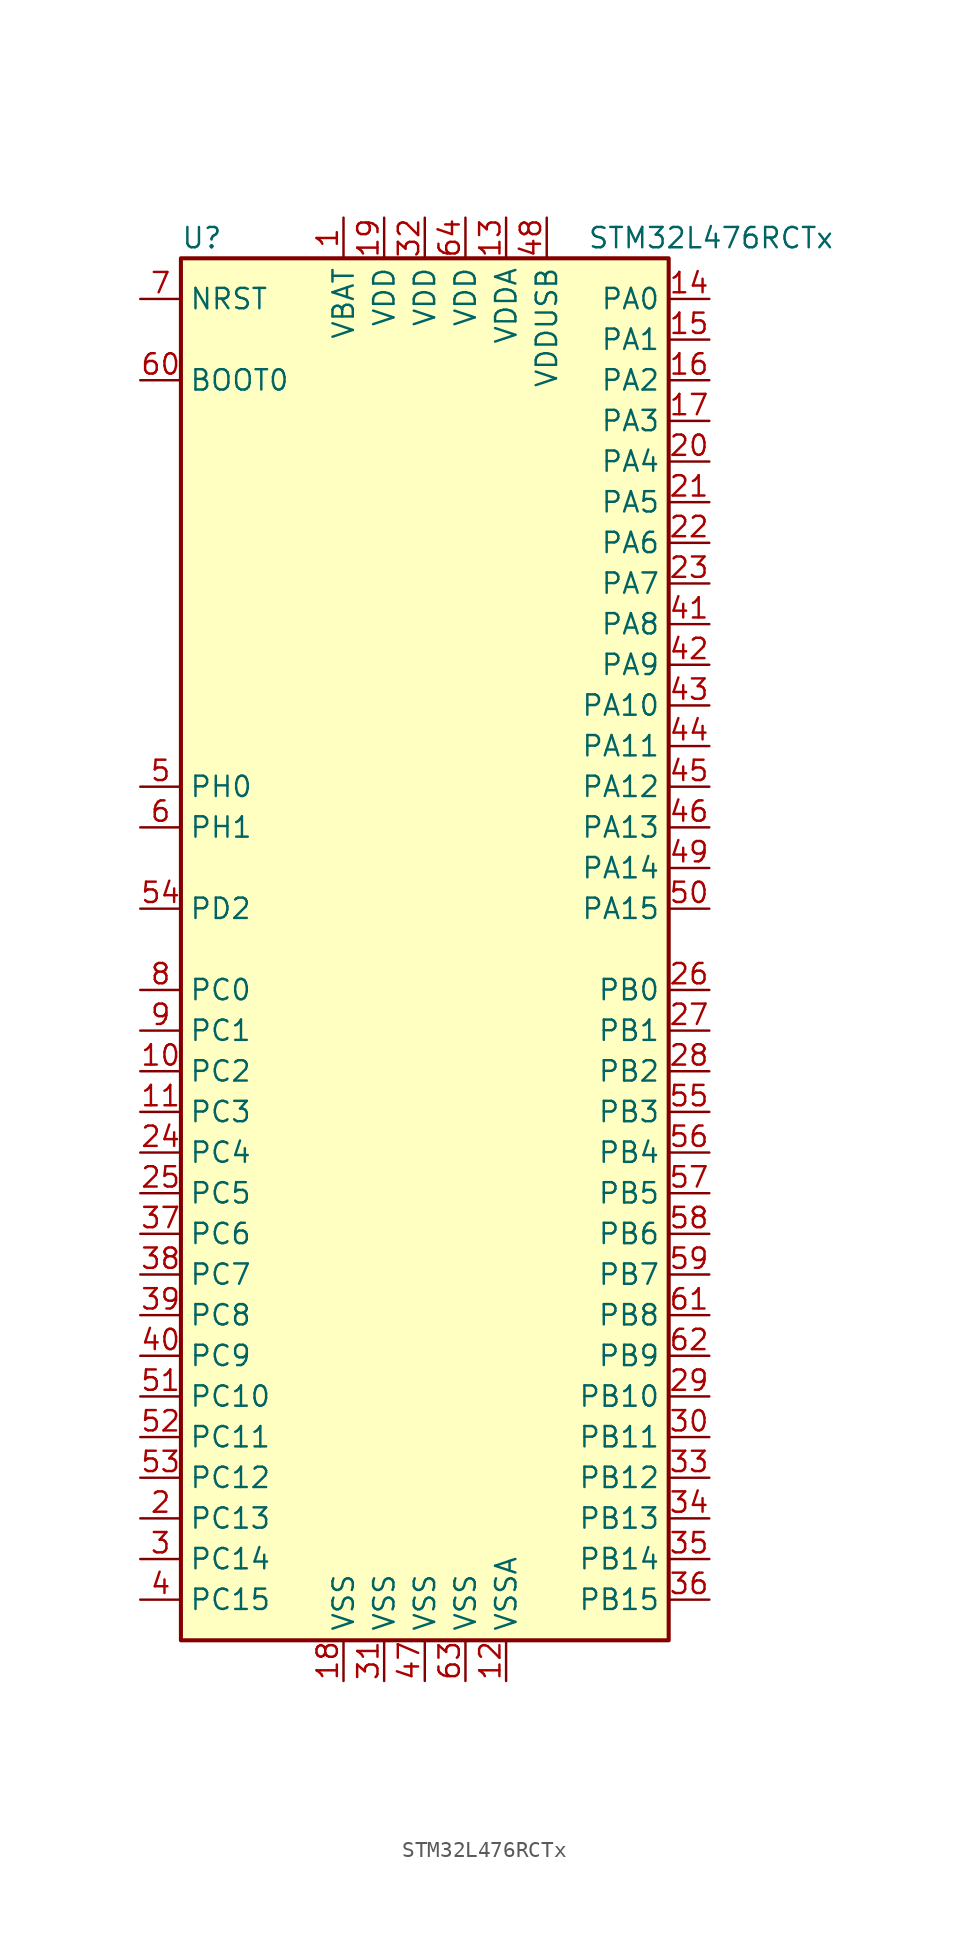
<source format=kicad_sym>
(kicad_symbol_lib
  (version 20201005)
  (generator kicad_symbol_editor)
  (symbol "STM32L476RCTx"
    (property "Reference" "U"
      (at -15.24 44.45 0)
      (effects (font (size 1.27 1.27)) (justify left)))
    (property "Value" "STM32L476RCTx"
      (at 10.16 44.45 0)
      (effects (font (size 1.27 1.27)) (justify left)))
    (symbol "STM32L476RCTx_0_1"
      (rectangle (start -15.24 -43.18) (end 15.24 43.18) (stroke (width 0.254)) (fill (type background))))
    (symbol "STM32L476RCTx_1_1"
      (pin input line (at -17.78 35.56 0) (length 2.54) (name "BOOT0" (effects (font (size 1.27 1.27)))) (number "60" (effects (font (size 1.27 1.27)))))
      (pin input line (at -17.78 40.64 0) (length 2.54) (name "NRST" (effects (font (size 1.27 1.27)))) (number "7" (effects (font (size 1.27 1.27)))))
      (pin bidirectional line (at 17.78 40.64 180) (length 2.54) (name "PA0" (effects (font (size 1.27 1.27)))) (number "14" (effects (font (size 1.27 1.27)))))
      (pin bidirectional line (at 17.78 38.1 180) (length 2.54) (name "PA1" (effects (font (size 1.27 1.27)))) (number "15" (effects (font (size 1.27 1.27)))))
      (pin bidirectional line (at 17.78 15.24 180) (length 2.54) (name "PA10" (effects (font (size 1.27 1.27)))) (number "43" (effects (font (size 1.27 1.27)))))
      (pin bidirectional line (at 17.78 12.7 180) (length 2.54) (name "PA11" (effects (font (size 1.27 1.27)))) (number "44" (effects (font (size 1.27 1.27)))))
      (pin bidirectional line (at 17.78 10.16 180) (length 2.54) (name "PA12" (effects (font (size 1.27 1.27)))) (number "45" (effects (font (size 1.27 1.27)))))
      (pin bidirectional line (at 17.78 7.62 180) (length 2.54) (name "PA13" (effects (font (size 1.27 1.27)))) (number "46" (effects (font (size 1.27 1.27)))))
      (pin bidirectional line (at 17.78 5.08 180) (length 2.54) (name "PA14" (effects (font (size 1.27 1.27)))) (number "49" (effects (font (size 1.27 1.27)))))
      (pin bidirectional line (at 17.78 2.54 180) (length 2.54) (name "PA15" (effects (font (size 1.27 1.27)))) (number "50" (effects (font (size 1.27 1.27)))))
      (pin bidirectional line (at 17.78 35.56 180) (length 2.54) (name "PA2" (effects (font (size 1.27 1.27)))) (number "16" (effects (font (size 1.27 1.27)))))
      (pin bidirectional line (at 17.78 33.02 180) (length 2.54) (name "PA3" (effects (font (size 1.27 1.27)))) (number "17" (effects (font (size 1.27 1.27)))))
      (pin bidirectional line (at 17.78 30.48 180) (length 2.54) (name "PA4" (effects (font (size 1.27 1.27)))) (number "20" (effects (font (size 1.27 1.27)))))
      (pin bidirectional line (at 17.78 27.94 180) (length 2.54) (name "PA5" (effects (font (size 1.27 1.27)))) (number "21" (effects (font (size 1.27 1.27)))))
      (pin bidirectional line (at 17.78 25.4 180) (length 2.54) (name "PA6" (effects (font (size 1.27 1.27)))) (number "22" (effects (font (size 1.27 1.27)))))
      (pin bidirectional line (at 17.78 22.86 180) (length 2.54) (name "PA7" (effects (font (size 1.27 1.27)))) (number "23" (effects (font (size 1.27 1.27)))))
      (pin bidirectional line (at 17.78 20.32 180) (length 2.54) (name "PA8" (effects (font (size 1.27 1.27)))) (number "41" (effects (font (size 1.27 1.27)))))
      (pin bidirectional line (at 17.78 17.78 180) (length 2.54) (name "PA9" (effects (font (size 1.27 1.27)))) (number "42" (effects (font (size 1.27 1.27)))))
      (pin bidirectional line (at 17.78 -2.54 180) (length 2.54) (name "PB0" (effects (font (size 1.27 1.27)))) (number "26" (effects (font (size 1.27 1.27)))))
      (pin bidirectional line (at 17.78 -5.08 180) (length 2.54) (name "PB1" (effects (font (size 1.27 1.27)))) (number "27" (effects (font (size 1.27 1.27)))))
      (pin bidirectional line (at 17.78 -27.94 180) (length 2.54) (name "PB10" (effects (font (size 1.27 1.27)))) (number "29" (effects (font (size 1.27 1.27)))))
      (pin bidirectional line (at 17.78 -30.48 180) (length 2.54) (name "PB11" (effects (font (size 1.27 1.27)))) (number "30" (effects (font (size 1.27 1.27)))))
      (pin bidirectional line (at 17.78 -33.02 180) (length 2.54) (name "PB12" (effects (font (size 1.27 1.27)))) (number "33" (effects (font (size 1.27 1.27)))))
      (pin bidirectional line (at 17.78 -35.56 180) (length 2.54) (name "PB13" (effects (font (size 1.27 1.27)))) (number "34" (effects (font (size 1.27 1.27)))))
      (pin bidirectional line (at 17.78 -38.1 180) (length 2.54) (name "PB14" (effects (font (size 1.27 1.27)))) (number "35" (effects (font (size 1.27 1.27)))))
      (pin bidirectional line (at 17.78 -40.64 180) (length 2.54) (name "PB15" (effects (font (size 1.27 1.27)))) (number "36" (effects (font (size 1.27 1.27)))))
      (pin bidirectional line (at 17.78 -7.62 180) (length 2.54) (name "PB2" (effects (font (size 1.27 1.27)))) (number "28" (effects (font (size 1.27 1.27)))))
      (pin bidirectional line (at 17.78 -10.16 180) (length 2.54) (name "PB3" (effects (font (size 1.27 1.27)))) (number "55" (effects (font (size 1.27 1.27)))))
      (pin bidirectional line (at 17.78 -12.7 180) (length 2.54) (name "PB4" (effects (font (size 1.27 1.27)))) (number "56" (effects (font (size 1.27 1.27)))))
      (pin bidirectional line (at 17.78 -15.24 180) (length 2.54) (name "PB5" (effects (font (size 1.27 1.27)))) (number "57" (effects (font (size 1.27 1.27)))))
      (pin bidirectional line (at 17.78 -17.78 180) (length 2.54) (name "PB6" (effects (font (size 1.27 1.27)))) (number "58" (effects (font (size 1.27 1.27)))))
      (pin bidirectional line (at 17.78 -20.32 180) (length 2.54) (name "PB7" (effects (font (size 1.27 1.27)))) (number "59" (effects (font (size 1.27 1.27)))))
      (pin bidirectional line (at 17.78 -22.86 180) (length 2.54) (name "PB8" (effects (font (size 1.27 1.27)))) (number "61" (effects (font (size 1.27 1.27)))))
      (pin bidirectional line (at 17.78 -25.4 180) (length 2.54) (name "PB9" (effects (font (size 1.27 1.27)))) (number "62" (effects (font (size 1.27 1.27)))))
      (pin bidirectional line (at -17.78 -2.54 0) (length 2.54) (name "PC0" (effects (font (size 1.27 1.27)))) (number "8" (effects (font (size 1.27 1.27)))))
      (pin bidirectional line (at -17.78 -5.08 0) (length 2.54) (name "PC1" (effects (font (size 1.27 1.27)))) (number "9" (effects (font (size 1.27 1.27)))))
      (pin bidirectional line (at -17.78 -27.94 0) (length 2.54) (name "PC10" (effects (font (size 1.27 1.27)))) (number "51" (effects (font (size 1.27 1.27)))))
      (pin bidirectional line (at -17.78 -30.48 0) (length 2.54) (name "PC11" (effects (font (size 1.27 1.27)))) (number "52" (effects (font (size 1.27 1.27)))))
      (pin bidirectional line (at -17.78 -33.02 0) (length 2.54) (name "PC12" (effects (font (size 1.27 1.27)))) (number "53" (effects (font (size 1.27 1.27)))))
      (pin bidirectional line (at -17.78 -35.56 0) (length 2.54) (name "PC13" (effects (font (size 1.27 1.27)))) (number "2" (effects (font (size 1.27 1.27)))))
      (pin bidirectional line (at -17.78 -38.1 0) (length 2.54) (name "PC14" (effects (font (size 1.27 1.27)))) (number "3" (effects (font (size 1.27 1.27)))))
      (pin bidirectional line (at -17.78 -40.64 0) (length 2.54) (name "PC15" (effects (font (size 1.27 1.27)))) (number "4" (effects (font (size 1.27 1.27)))))
      (pin bidirectional line (at -17.78 -7.62 0) (length 2.54) (name "PC2" (effects (font (size 1.27 1.27)))) (number "10" (effects (font (size 1.27 1.27)))))
      (pin bidirectional line (at -17.78 -10.16 0) (length 2.54) (name "PC3" (effects (font (size 1.27 1.27)))) (number "11" (effects (font (size 1.27 1.27)))))
      (pin bidirectional line (at -17.78 -12.7 0) (length 2.54) (name "PC4" (effects (font (size 1.27 1.27)))) (number "24" (effects (font (size 1.27 1.27)))))
      (pin bidirectional line (at -17.78 -15.24 0) (length 2.54) (name "PC5" (effects (font (size 1.27 1.27)))) (number "25" (effects (font (size 1.27 1.27)))))
      (pin bidirectional line (at -17.78 -17.78 0) (length 2.54) (name "PC6" (effects (font (size 1.27 1.27)))) (number "37" (effects (font (size 1.27 1.27)))))
      (pin bidirectional line (at -17.78 -20.32 0) (length 2.54) (name "PC7" (effects (font (size 1.27 1.27)))) (number "38" (effects (font (size 1.27 1.27)))))
      (pin bidirectional line (at -17.78 -22.86 0) (length 2.54) (name "PC8" (effects (font (size 1.27 1.27)))) (number "39" (effects (font (size 1.27 1.27)))))
      (pin bidirectional line (at -17.78 -25.4 0) (length 2.54) (name "PC9" (effects (font (size 1.27 1.27)))) (number "40" (effects (font (size 1.27 1.27)))))
      (pin bidirectional line (at -17.78 2.54 0) (length 2.54) (name "PD2" (effects (font (size 1.27 1.27)))) (number "54" (effects (font (size 1.27 1.27)))))
      (pin input line (at -17.78 10.16 0) (length 2.54) (name "PH0" (effects (font (size 1.27 1.27)))) (number "5" (effects (font (size 1.27 1.27)))))
      (pin input line (at -17.78 7.62 0) (length 2.54) (name "PH1" (effects (font (size 1.27 1.27)))) (number "6" (effects (font (size 1.27 1.27)))))
      (pin power_in line (at -5.08 45.72 270) (length 2.54) (name "VBAT" (effects (font (size 1.27 1.27)))) (number "1" (effects (font (size 1.27 1.27)))))
      (pin power_in line (at -2.54 45.72 270) (length 2.54) (name "VDD" (effects (font (size 1.27 1.27)))) (number "19" (effects (font (size 1.27 1.27)))))
      (pin power_in line (at 0 45.72 270) (length 2.54) (name "VDD" (effects (font (size 1.27 1.27)))) (number "32" (effects (font (size 1.27 1.27)))))
      (pin power_in line (at 2.54 45.72 270) (length 2.54) (name "VDD" (effects (font (size 1.27 1.27)))) (number "64" (effects (font (size 1.27 1.27)))))
      (pin power_in line (at 5.08 45.72 270) (length 2.54) (name "VDDA" (effects (font (size 1.27 1.27)))) (number "13" (effects (font (size 1.27 1.27)))))
      (pin power_in line (at 7.62 45.72 270) (length 2.54) (name "VDDUSB" (effects (font (size 1.27 1.27)))) (number "48" (effects (font (size 1.27 1.27)))))
      (pin power_in line (at -5.08 -45.72 90) (length 2.54) (name "VSS" (effects (font (size 1.27 1.27)))) (number "18" (effects (font (size 1.27 1.27)))))
      (pin power_in line (at -2.54 -45.72 90) (length 2.54) (name "VSS" (effects (font (size 1.27 1.27)))) (number "31" (effects (font (size 1.27 1.27)))))
      (pin power_in line (at 0 -45.72 90) (length 2.54) (name "VSS" (effects (font (size 1.27 1.27)))) (number "47" (effects (font (size 1.27 1.27)))))
      (pin power_in line (at 2.54 -45.72 90) (length 2.54) (name "VSS" (effects (font (size 1.27 1.27)))) (number "63" (effects (font (size 1.27 1.27)))))
      (pin power_in line (at 5.08 -45.72 90) (length 2.54) (name "VSSA" (effects (font (size 1.27 1.27)))) (number "12" (effects (font (size 1.27 1.27))))))))
</source>
